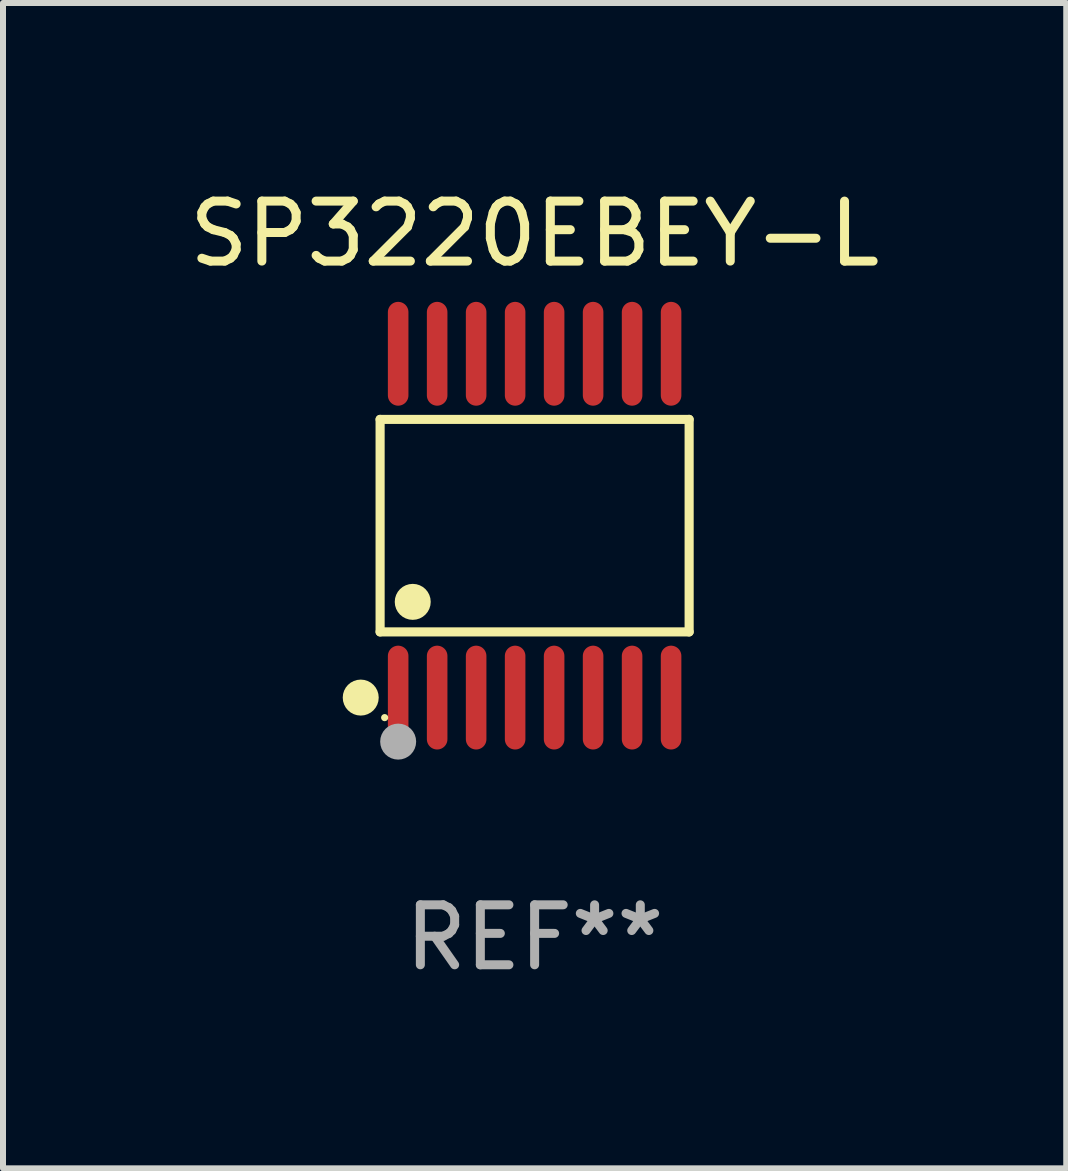
<source format=kicad_pcb>
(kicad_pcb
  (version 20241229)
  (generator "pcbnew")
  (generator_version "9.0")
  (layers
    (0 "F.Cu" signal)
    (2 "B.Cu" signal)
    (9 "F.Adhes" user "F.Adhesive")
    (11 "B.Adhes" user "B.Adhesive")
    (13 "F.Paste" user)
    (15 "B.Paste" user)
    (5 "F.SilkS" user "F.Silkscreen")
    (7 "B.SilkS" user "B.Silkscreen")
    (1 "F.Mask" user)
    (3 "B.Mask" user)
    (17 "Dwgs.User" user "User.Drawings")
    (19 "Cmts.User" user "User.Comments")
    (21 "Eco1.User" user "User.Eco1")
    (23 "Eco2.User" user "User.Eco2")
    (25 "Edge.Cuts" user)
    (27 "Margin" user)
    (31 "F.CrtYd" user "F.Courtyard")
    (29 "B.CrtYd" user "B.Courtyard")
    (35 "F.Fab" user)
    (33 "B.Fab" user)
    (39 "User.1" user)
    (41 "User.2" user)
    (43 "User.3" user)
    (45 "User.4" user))
  (footprint "SP3220EBEY-L"
    (layer "F.Cu")
    (at 5.863 5.714)
    (property "Reference" "SP3220EBEY-L" (at 0 -4.866 0) (layer "F.SilkS") (effects (font (size 1 1) (thickness 0.15))))
    (attr through_hole)
    (fp_line (start -2.576 -1.772) (end 2.576 -1.772) (stroke (width 0.152) (type solid)) (layer "F.SilkS"))
    (fp_line (start -2.576 1.771) (end -2.576 -1.772) (stroke (width 0.152) (type solid)) (layer "F.SilkS"))
    (fp_line (start 2.576 -1.772) (end 2.576 1.771) (stroke (width 0.152) (type solid)) (layer "F.SilkS"))
    (fp_line (start 2.576 1.771) (end -2.576 1.771) (stroke (width 0.152) (type solid)) (layer "F.SilkS"))
    (fp_circle (center -2.899 2.866) (end -2.749 2.866) (stroke (width 0.3) (type solid)) (fill no) (layer "F.SilkS"))
    (fp_circle (center -2.5 3.2) (end -2.47 3.2) (stroke (width 0.06) (type solid)) (fill no) (layer "F.SilkS"))
    (fp_circle (center -2.032 1.27) (end -1.882 1.27) (stroke (width 0.3) (type solid)) (fill no) (layer "F.SilkS"))
    (fp_circle (center -2.275 3.6) (end -2.125 3.6) (stroke (width 0.3) (type solid)) (fill no) (layer "F.Fab"))
    (fp_text user "REF**" (at 0 6.866 0) (layer "F.Fab") (effects (font (size 1 1) (thickness 0.15))))
    (pad "1" smd oval (at -2.275 2.866) (size 0.343 1.731) (layers "F.Cu" "F.Mask" "F.Paste"))
    (pad "2" smd oval (at -1.625 2.866) (size 0.343 1.731) (layers "F.Cu" "F.Mask" "F.Paste"))
    (pad "3" smd oval (at -0.975 2.866) (size 0.343 1.731) (layers "F.Cu" "F.Mask" "F.Paste"))
    (pad "4" smd oval (at -0.325 2.866) (size 0.343 1.731) (layers "F.Cu" "F.Mask" "F.Paste"))
    (pad "5" smd oval (at 0.325 2.866) (size 0.343 1.731) (layers "F.Cu" "F.Mask" "F.Paste"))
    (pad "6" smd oval (at 0.975 2.866) (size 0.343 1.731) (layers "F.Cu" "F.Mask" "F.Paste"))
    (pad "7" smd oval (at 1.625 2.866) (size 0.343 1.731) (layers "F.Cu" "F.Mask" "F.Paste"))
    (pad "8" smd oval (at 2.275 2.866) (size 0.343 1.731) (layers "F.Cu" "F.Mask" "F.Paste"))
    (pad "9" smd oval (at 2.275 -2.866) (size 0.343 1.731) (layers "F.Cu" "F.Mask" "F.Paste"))
    (pad "10" smd oval (at 1.625 -2.866) (size 0.343 1.731) (layers "F.Cu" "F.Mask" "F.Paste"))
    (pad "11" smd oval (at 0.975 -2.866) (size 0.343 1.731) (layers "F.Cu" "F.Mask" "F.Paste"))
    (pad "12" smd oval (at 0.325 -2.866) (size 0.343 1.731) (layers "F.Cu" "F.Mask" "F.Paste"))
    (pad "13" smd oval (at -0.325 -2.866) (size 0.343 1.731) (layers "F.Cu" "F.Mask" "F.Paste"))
    (pad "14" smd oval (at -0.975 -2.866) (size 0.343 1.731) (layers "F.Cu" "F.Mask" "F.Paste"))
    (pad "15" smd oval (at -1.625 -2.866) (size 0.343 1.731) (layers "F.Cu" "F.Mask" "F.Paste"))
    (pad "16" smd oval (at -2.275 -2.866) (size 0.343 1.731) (layers "F.Cu" "F.Mask" "F.Paste")))
  (gr_rect
    (start -3 -3)
    (end 14.726 16.428)
    (stroke (width 0.1) (type default))
    (fill no)
    (layer "Edge.Cuts")))
</source>
